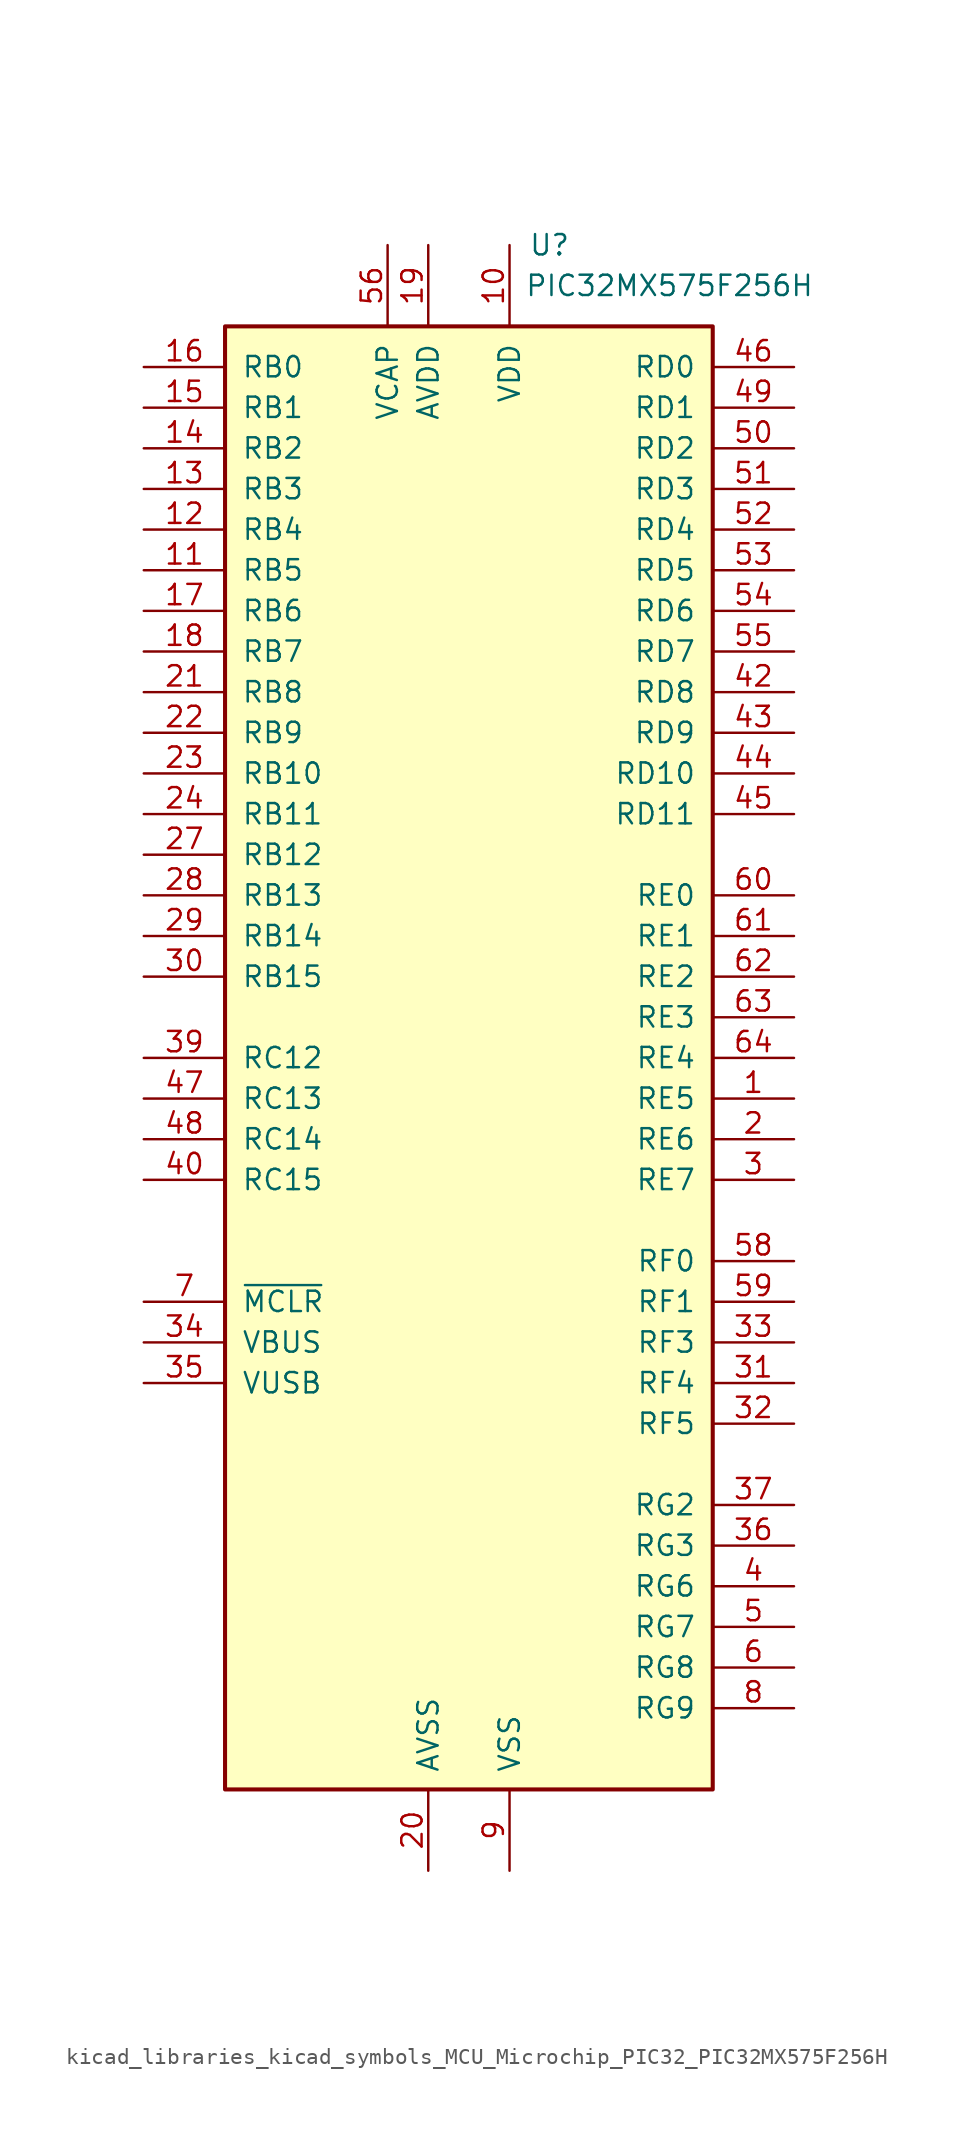
<source format=kicad_sym>
(kicad_symbol_lib
  (version 20220914)
  (generator kicad_symbol_editor)
  (symbol "kicad_libraries_kicad_symbols_MCU_Microchip_PIC32_PIC32MX575F256H"
    (pin_names
      (offset 1.016))
    (property "Reference" "U"
      (at 6.35 50.8 0)
      (effects (font (size 1.27 1.27)) (justify right)))
    (property "Value" "PIC32MX575F256H"
      (at 21.59 48.26 0)
      (effects (font (size 1.27 1.27)) (justify right)))
    (symbol "kicad_libraries_kicad_symbols_MCU_Microchip_PIC32_PIC32MX575F256H_0_1"
      (rectangle (start -15.24 45.72) (end 15.24 -45.72) (stroke (width 0.254) (type default)) (fill (type background))))
    (symbol "kicad_libraries_kicad_symbols_MCU_Microchip_PIC32_PIC32MX575F256H_1_1"
      (pin bidirectional line (at 20.32 -2.54 180) (length 5.08) (name "RE5" (effects (font (size 1.27 1.27)))) (number "1" (effects (font (size 1.27 1.27)))))
      (pin power_in line (at 2.54 50.8 270) (length 5.08) (name "VDD" (effects (font (size 1.27 1.27)))) (number "10" (effects (font (size 1.27 1.27)))))
      (pin bidirectional line (at -20.32 30.48 0) (length 5.08) (name "RB5" (effects (font (size 1.27 1.27)))) (number "11" (effects (font (size 1.27 1.27)))))
      (pin bidirectional line (at -20.32 33.02 0) (length 5.08) (name "RB4" (effects (font (size 1.27 1.27)))) (number "12" (effects (font (size 1.27 1.27)))))
      (pin bidirectional line (at -20.32 35.56 0) (length 5.08) (name "RB3" (effects (font (size 1.27 1.27)))) (number "13" (effects (font (size 1.27 1.27)))))
      (pin bidirectional line (at -20.32 38.1 0) (length 5.08) (name "RB2" (effects (font (size 1.27 1.27)))) (number "14" (effects (font (size 1.27 1.27)))))
      (pin bidirectional line (at -20.32 40.64 0) (length 5.08) (name "RB1" (effects (font (size 1.27 1.27)))) (number "15" (effects (font (size 1.27 1.27)))))
      (pin bidirectional line (at -20.32 43.18 0) (length 5.08) (name "RB0" (effects (font (size 1.27 1.27)))) (number "16" (effects (font (size 1.27 1.27)))))
      (pin bidirectional line (at -20.32 27.94 0) (length 5.08) (name "RB6" (effects (font (size 1.27 1.27)))) (number "17" (effects (font (size 1.27 1.27)))))
      (pin bidirectional line (at -20.32 25.4 0) (length 5.08) (name "RB7" (effects (font (size 1.27 1.27)))) (number "18" (effects (font (size 1.27 1.27)))))
      (pin power_in line (at -2.54 50.8 270) (length 5.08) (name "AVDD" (effects (font (size 1.27 1.27)))) (number "19" (effects (font (size 1.27 1.27)))))
      (pin bidirectional line (at 20.32 -5.08 180) (length 5.08) (name "RE6" (effects (font (size 1.27 1.27)))) (number "2" (effects (font (size 1.27 1.27)))))
      (pin power_in line (at -2.54 -50.8 90) (length 5.08) (name "AVSS" (effects (font (size 1.27 1.27)))) (number "20" (effects (font (size 1.27 1.27)))))
      (pin bidirectional line (at -20.32 22.86 0) (length 5.08) (name "RB8" (effects (font (size 1.27 1.27)))) (number "21" (effects (font (size 1.27 1.27)))))
      (pin bidirectional line (at -20.32 20.32 0) (length 5.08) (name "RB9" (effects (font (size 1.27 1.27)))) (number "22" (effects (font (size 1.27 1.27)))))
      (pin bidirectional line (at -20.32 17.78 0) (length 5.08) (name "RB10" (effects (font (size 1.27 1.27)))) (number "23" (effects (font (size 1.27 1.27)))))
      (pin bidirectional line (at -20.32 15.24 0) (length 5.08) (name "RB11" (effects (font (size 1.27 1.27)))) (number "24" (effects (font (size 1.27 1.27)))))
      (pin passive line (at 2.54 -50.8 90) (length 5.08) hide (name "VSS" (effects (font (size 1.27 1.27)))) (number "25" (effects (font (size 1.27 1.27)))))
      (pin passive line (at 2.54 50.8 270) (length 5.08) hide (name "VDD" (effects (font (size 1.27 1.27)))) (number "26" (effects (font (size 1.27 1.27)))))
      (pin bidirectional line (at -20.32 12.7 0) (length 5.08) (name "RB12" (effects (font (size 1.27 1.27)))) (number "27" (effects (font (size 1.27 1.27)))))
      (pin bidirectional line (at -20.32 10.16 0) (length 5.08) (name "RB13" (effects (font (size 1.27 1.27)))) (number "28" (effects (font (size 1.27 1.27)))))
      (pin bidirectional line (at -20.32 7.62 0) (length 5.08) (name "RB14" (effects (font (size 1.27 1.27)))) (number "29" (effects (font (size 1.27 1.27)))))
      (pin bidirectional line (at 20.32 -7.62 180) (length 5.08) (name "RE7" (effects (font (size 1.27 1.27)))) (number "3" (effects (font (size 1.27 1.27)))))
      (pin bidirectional line (at -20.32 5.08 0) (length 5.08) (name "RB15" (effects (font (size 1.27 1.27)))) (number "30" (effects (font (size 1.27 1.27)))))
      (pin bidirectional line (at 20.32 -20.32 180) (length 5.08) (name "RF4" (effects (font (size 1.27 1.27)))) (number "31" (effects (font (size 1.27 1.27)))))
      (pin bidirectional line (at 20.32 -22.86 180) (length 5.08) (name "RF5" (effects (font (size 1.27 1.27)))) (number "32" (effects (font (size 1.27 1.27)))))
      (pin bidirectional line (at 20.32 -17.78 180) (length 5.08) (name "RF3" (effects (font (size 1.27 1.27)))) (number "33" (effects (font (size 1.27 1.27)))))
      (pin input line (at -20.32 -17.78 0) (length 5.08) (name "VBUS" (effects (font (size 1.27 1.27)))) (number "34" (effects (font (size 1.27 1.27)))))
      (pin power_in line (at -20.32 -20.32 0) (length 5.08) (name "VUSB" (effects (font (size 1.27 1.27)))) (number "35" (effects (font (size 1.27 1.27)))))
      (pin bidirectional line (at 20.32 -30.48 180) (length 5.08) (name "RG3" (effects (font (size 1.27 1.27)))) (number "36" (effects (font (size 1.27 1.27)))))
      (pin bidirectional line (at 20.32 -27.94 180) (length 5.08) (name "RG2" (effects (font (size 1.27 1.27)))) (number "37" (effects (font (size 1.27 1.27)))))
      (pin passive line (at 2.54 50.8 270) (length 5.08) hide (name "VDD" (effects (font (size 1.27 1.27)))) (number "38" (effects (font (size 1.27 1.27)))))
      (pin bidirectional line (at -20.32 0 0) (length 5.08) (name "RC12" (effects (font (size 1.27 1.27)))) (number "39" (effects (font (size 1.27 1.27)))))
      (pin bidirectional line (at 20.32 -33.02 180) (length 5.08) (name "RG6" (effects (font (size 1.27 1.27)))) (number "4" (effects (font (size 1.27 1.27)))))
      (pin bidirectional line (at -20.32 -7.62 0) (length 5.08) (name "RC15" (effects (font (size 1.27 1.27)))) (number "40" (effects (font (size 1.27 1.27)))))
      (pin passive line (at 2.54 -50.8 90) (length 5.08) hide (name "VSS" (effects (font (size 1.27 1.27)))) (number "41" (effects (font (size 1.27 1.27)))))
      (pin bidirectional line (at 20.32 22.86 180) (length 5.08) (name "RD8" (effects (font (size 1.27 1.27)))) (number "42" (effects (font (size 1.27 1.27)))))
      (pin bidirectional line (at 20.32 20.32 180) (length 5.08) (name "RD9" (effects (font (size 1.27 1.27)))) (number "43" (effects (font (size 1.27 1.27)))))
      (pin bidirectional line (at 20.32 17.78 180) (length 5.08) (name "RD10" (effects (font (size 1.27 1.27)))) (number "44" (effects (font (size 1.27 1.27)))))
      (pin bidirectional line (at 20.32 15.24 180) (length 5.08) (name "RD11" (effects (font (size 1.27 1.27)))) (number "45" (effects (font (size 1.27 1.27)))))
      (pin bidirectional line (at 20.32 43.18 180) (length 5.08) (name "RD0" (effects (font (size 1.27 1.27)))) (number "46" (effects (font (size 1.27 1.27)))))
      (pin bidirectional line (at -20.32 -2.54 0) (length 5.08) (name "RC13" (effects (font (size 1.27 1.27)))) (number "47" (effects (font (size 1.27 1.27)))))
      (pin bidirectional line (at -20.32 -5.08 0) (length 5.08) (name "RC14" (effects (font (size 1.27 1.27)))) (number "48" (effects (font (size 1.27 1.27)))))
      (pin bidirectional line (at 20.32 40.64 180) (length 5.08) (name "RD1" (effects (font (size 1.27 1.27)))) (number "49" (effects (font (size 1.27 1.27)))))
      (pin bidirectional line (at 20.32 -35.56 180) (length 5.08) (name "RG7" (effects (font (size 1.27 1.27)))) (number "5" (effects (font (size 1.27 1.27)))))
      (pin bidirectional line (at 20.32 38.1 180) (length 5.08) (name "RD2" (effects (font (size 1.27 1.27)))) (number "50" (effects (font (size 1.27 1.27)))))
      (pin bidirectional line (at 20.32 35.56 180) (length 5.08) (name "RD3" (effects (font (size 1.27 1.27)))) (number "51" (effects (font (size 1.27 1.27)))))
      (pin bidirectional line (at 20.32 33.02 180) (length 5.08) (name "RD4" (effects (font (size 1.27 1.27)))) (number "52" (effects (font (size 1.27 1.27)))))
      (pin bidirectional line (at 20.32 30.48 180) (length 5.08) (name "RD5" (effects (font (size 1.27 1.27)))) (number "53" (effects (font (size 1.27 1.27)))))
      (pin bidirectional line (at 20.32 27.94 180) (length 5.08) (name "RD6" (effects (font (size 1.27 1.27)))) (number "54" (effects (font (size 1.27 1.27)))))
      (pin bidirectional line (at 20.32 25.4 180) (length 5.08) (name "RD7" (effects (font (size 1.27 1.27)))) (number "55" (effects (font (size 1.27 1.27)))))
      (pin power_out line (at -5.08 50.8 270) (length 5.08) (name "VCAP" (effects (font (size 1.27 1.27)))) (number "56" (effects (font (size 1.27 1.27)))))
      (pin passive line (at 2.54 50.8 270) (length 5.08) hide (name "VDD" (effects (font (size 1.27 1.27)))) (number "57" (effects (font (size 1.27 1.27)))))
      (pin bidirectional line (at 20.32 -12.7 180) (length 5.08) (name "RF0" (effects (font (size 1.27 1.27)))) (number "58" (effects (font (size 1.27 1.27)))))
      (pin bidirectional line (at 20.32 -15.24 180) (length 5.08) (name "RF1" (effects (font (size 1.27 1.27)))) (number "59" (effects (font (size 1.27 1.27)))))
      (pin bidirectional line (at 20.32 -38.1 180) (length 5.08) (name "RG8" (effects (font (size 1.27 1.27)))) (number "6" (effects (font (size 1.27 1.27)))))
      (pin bidirectional line (at 20.32 10.16 180) (length 5.08) (name "RE0" (effects (font (size 1.27 1.27)))) (number "60" (effects (font (size 1.27 1.27)))))
      (pin bidirectional line (at 20.32 7.62 180) (length 5.08) (name "RE1" (effects (font (size 1.27 1.27)))) (number "61" (effects (font (size 1.27 1.27)))))
      (pin bidirectional line (at 20.32 5.08 180) (length 5.08) (name "RE2" (effects (font (size 1.27 1.27)))) (number "62" (effects (font (size 1.27 1.27)))))
      (pin bidirectional line (at 20.32 2.54 180) (length 5.08) (name "RE3" (effects (font (size 1.27 1.27)))) (number "63" (effects (font (size 1.27 1.27)))))
      (pin bidirectional line (at 20.32 0 180) (length 5.08) (name "RE4" (effects (font (size 1.27 1.27)))) (number "64" (effects (font (size 1.27 1.27)))))
      (pin input line (at -20.32 -15.24 0) (length 5.08) (name "~{MCLR}" (effects (font (size 1.27 1.27)))) (number "7" (effects (font (size 1.27 1.27)))))
      (pin bidirectional line (at 20.32 -40.64 180) (length 5.08) (name "RG9" (effects (font (size 1.27 1.27)))) (number "8" (effects (font (size 1.27 1.27)))))
      (pin power_in line (at 2.54 -50.8 90) (length 5.08) (name "VSS" (effects (font (size 1.27 1.27)))) (number "9" (effects (font (size 1.27 1.27))))))))
</source>
